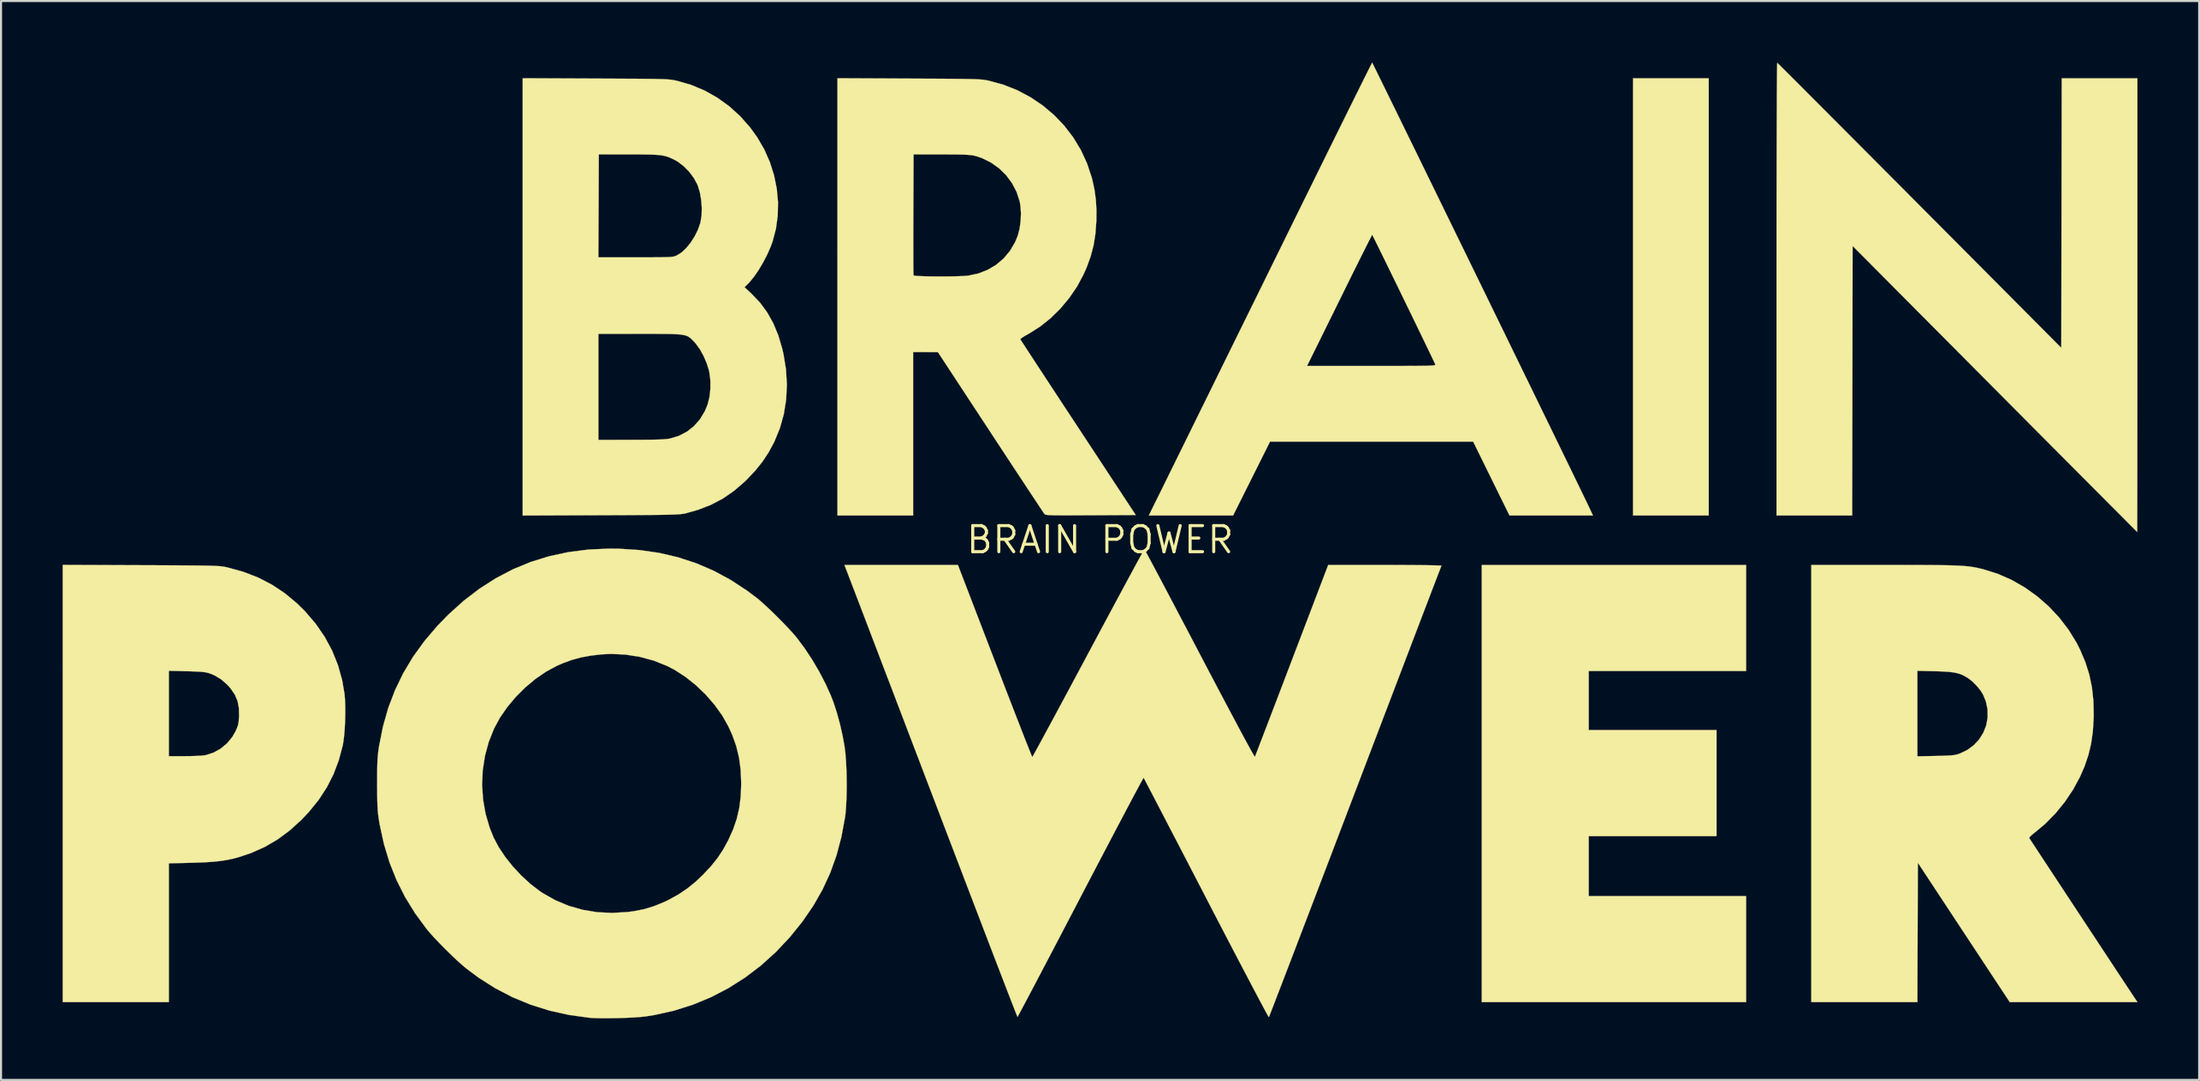
<source format=kicad_pcb>
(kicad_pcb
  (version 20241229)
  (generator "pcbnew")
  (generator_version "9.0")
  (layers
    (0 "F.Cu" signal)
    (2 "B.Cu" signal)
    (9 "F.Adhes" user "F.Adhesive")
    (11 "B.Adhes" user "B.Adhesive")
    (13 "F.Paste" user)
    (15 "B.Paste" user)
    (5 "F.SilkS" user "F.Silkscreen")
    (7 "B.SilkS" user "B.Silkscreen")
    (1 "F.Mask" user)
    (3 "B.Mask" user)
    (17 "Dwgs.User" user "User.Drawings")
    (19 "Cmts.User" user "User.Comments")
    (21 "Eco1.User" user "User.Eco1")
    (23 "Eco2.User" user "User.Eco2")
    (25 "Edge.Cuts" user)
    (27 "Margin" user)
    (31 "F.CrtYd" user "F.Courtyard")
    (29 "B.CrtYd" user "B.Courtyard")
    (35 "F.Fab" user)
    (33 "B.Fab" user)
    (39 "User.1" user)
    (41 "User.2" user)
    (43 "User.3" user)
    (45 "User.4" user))
  (footprint "BRAIN POWER"
    (layer "F.Cu")
    (at 50.509 23.245)
    (property "Reference" "BRAIN POWER" (at 0 0 0) (layer "F.SilkS") (effects (font (size 1.27 1.27) (thickness 0.15))))
    (attr through_hole)
    (fp_poly (pts (xy 29.633 -1.185) (xy 25.95 -1.185) (xy 25.95 -22.479) (xy 29.633 -22.479) (xy 29.633 -1.185)) (stroke (width 0.01) (type solid)) (fill yes) (layer "F.SilkS"))
    (fp_poly (pts (xy 31.454 6.392) (xy 23.791 6.392) (xy 23.791 9.271) (xy 30.014 9.271) (xy 30.014 14.436) (xy 23.791 14.436) (xy 23.791 17.357) (xy 31.454 17.357) (xy 31.454 22.521) (xy 18.584 22.521) (xy 18.584 1.228) (xy 31.454 1.228) (xy 31.454 6.392)) (stroke (width 0.01) (type solid)) (fill yes) (layer "F.SilkS"))
    (fp_poly (pts (xy 33.003 -23.203) (xy 33.093 -23.115) (xy 33.237 -22.972) (xy 33.433 -22.777) (xy 33.677 -22.532) (xy 33.969 -22.241) (xy 34.304 -21.905) (xy 34.68 -21.528) (xy 35.095 -21.112) (xy 35.546 -20.66) (xy 36.03 -20.175) (xy 36.545 -19.658) (xy 37.087 -19.113) (xy 37.655 -18.543) (xy 38.245 -17.95) (xy 38.856 -17.337) (xy 39.483 -16.706) (xy 39.902 -16.284) (xy 46.8 -9.349) (xy 46.81 -15.914) (xy 46.821 -22.479) (xy 50.504 -22.479) (xy 50.504 -11.43) (xy 50.504 -10.469) (xy 50.504 -9.53) (xy 50.503 -8.617) (xy 50.503 -7.733) (xy 50.503 -6.882) (xy 50.502 -6.068) (xy 50.502 -5.293) (xy 50.501 -4.562) (xy 50.501 -3.878) (xy 50.5 -3.244) (xy 50.5 -2.664) (xy 50.499 -2.141) (xy 50.498 -1.68) (xy 50.497 -1.283) (xy 50.496 -0.953) (xy 50.496 -0.695) (xy 50.495 -0.512) (xy 50.494 -0.408) (xy 50.493 -0.383) (xy 50.463 -0.413) (xy 50.375 -0.5) (xy 50.233 -0.642) (xy 50.04 -0.836) (xy 49.797 -1.08) (xy 49.508 -1.371) (xy 49.174 -1.705) (xy 48.8 -2.082) (xy 48.387 -2.497) (xy 47.938 -2.948) (xy 47.455 -3.433) (xy 46.942 -3.95) (xy 46.4 -4.494) (xy 45.833 -5.064) (xy 45.243 -5.658) (xy 44.633 -6.272) (xy 44.005 -6.903) (xy 43.561 -7.35) (xy 36.639 -14.315) (xy 36.629 -7.75) (xy 36.618 -1.185) (xy 32.935 -1.185) (xy 32.935 -12.217) (xy 32.935 -13.177) (xy 32.936 -14.115) (xy 32.936 -15.027) (xy 32.937 -15.909) (xy 32.938 -16.759) (xy 32.94 -17.572) (xy 32.941 -18.345) (xy 32.943 -19.075) (xy 32.945 -19.757) (xy 32.947 -20.39) (xy 32.949 -20.968) (xy 32.951 -21.489) (xy 32.954 -21.949) (xy 32.957 -22.344) (xy 32.959 -22.672) (xy 32.962 -22.927) (xy 32.965 -23.108) (xy 32.968 -23.211) (xy 32.97 -23.234) (xy 33.003 -23.203)) (stroke (width 0.01) (type solid)) (fill yes) (layer "F.SilkS"))
    (fp_poly (pts (xy -46.704 1.239) (xy -46.051 1.241) (xy -45.476 1.244) (xy -44.974 1.246) (xy -44.54 1.249) (xy -44.167 1.252) (xy -43.851 1.255) (xy -43.585 1.259) (xy -43.363 1.263) (xy -43.18 1.269) (xy -43.029 1.275) (xy -42.906 1.283) (xy -42.805 1.292) (xy -42.719 1.303) (xy -42.643 1.315) (xy -42.572 1.329) (xy -42.499 1.345) (xy -42.481 1.349) (xy -41.713 1.56) (xy -40.996 1.838) (xy -40.325 2.184) (xy -39.695 2.602) (xy -39.102 3.095) (xy -38.702 3.491) (xy -38.187 4.093) (xy -37.749 4.73) (xy -37.388 5.401) (xy -37.105 6.105) (xy -36.9 6.841) (xy -36.786 7.505) (xy -36.762 7.784) (xy -36.75 8.119) (xy -36.749 8.488) (xy -36.759 8.87) (xy -36.779 9.243) (xy -36.809 9.586) (xy -36.847 9.878) (xy -36.871 10.012) (xy -37.064 10.737) (xy -37.321 11.418) (xy -37.647 12.06) (xy -38.046 12.672) (xy -38.522 13.26) (xy -38.888 13.646) (xy -39.455 14.162) (xy -40.047 14.599) (xy -40.672 14.964) (xy -41.34 15.261) (xy -41.96 15.468) (xy -42.24 15.542) (xy -42.527 15.601) (xy -42.834 15.648) (xy -43.176 15.684) (xy -43.567 15.71) (xy -44.021 15.729) (xy -44.27 15.735) (xy -45.339 15.761) (xy -45.339 22.521) (xy -50.504 22.521) (xy -50.504 10.541) (xy -45.339 10.541) (xy -44.558 10.541) (xy -44.291 10.538) (xy -44.037 10.531) (xy -43.815 10.521) (xy -43.643 10.507) (xy -43.553 10.494) (xy -43.17 10.372) (xy -42.818 10.177) (xy -42.506 9.918) (xy -42.247 9.603) (xy -42.093 9.334) (xy -42.018 9.165) (xy -41.969 9.024) (xy -41.941 8.879) (xy -41.925 8.696) (xy -41.919 8.597) (xy -41.926 8.204) (xy -41.992 7.859) (xy -42.124 7.546) (xy -42.328 7.247) (xy -42.473 7.081) (xy -42.784 6.804) (xy -43.127 6.599) (xy -43.332 6.515) (xy -43.43 6.484) (xy -43.536 6.459) (xy -43.664 6.441) (xy -43.827 6.427) (xy -44.04 6.416) (xy -44.317 6.407) (xy -44.461 6.403) (xy -45.339 6.381) (xy -45.339 10.541) (xy -50.504 10.541) (xy -50.504 1.224) (xy -46.704 1.239)) (stroke (width 0.01) (type solid)) (fill yes) (layer "F.SilkS"))
    (fp_poly (pts (xy 38.882 1.228) (xy 39.475 1.228) (xy 39.996 1.23) (xy 40.45 1.232) (xy 40.845 1.236) (xy 41.186 1.241) (xy 41.48 1.248) (xy 41.732 1.257) (xy 41.95 1.269) (xy 42.138 1.283) (xy 42.304 1.3) (xy 42.454 1.321) (xy 42.593 1.345) (xy 42.728 1.372) (xy 42.866 1.404) (xy 43.011 1.44) (xy 43.021 1.443) (xy 43.711 1.66) (xy 44.38 1.955) (xy 45.02 2.321) (xy 45.625 2.753) (xy 46.186 3.244) (xy 46.698 3.789) (xy 47.152 4.381) (xy 47.541 5.014) (xy 47.709 5.344) (xy 47.967 5.952) (xy 48.16 6.56) (xy 48.29 7.182) (xy 48.362 7.836) (xy 48.378 8.538) (xy 48.375 8.678) (xy 48.336 9.329) (xy 48.252 9.925) (xy 48.118 10.489) (xy 47.93 11.042) (xy 47.71 11.547) (xy 47.373 12.17) (xy 46.971 12.769) (xy 46.517 13.327) (xy 46.022 13.832) (xy 45.532 14.242) (xy 45.374 14.368) (xy 45.274 14.465) (xy 45.238 14.525) (xy 45.24 14.534) (xy 45.269 14.577) (xy 45.34 14.686) (xy 45.45 14.854) (xy 45.596 15.076) (xy 45.773 15.346) (xy 45.979 15.659) (xy 46.209 16.009) (xy 46.46 16.39) (xy 46.728 16.797) (xy 47.009 17.224) (xy 47.3 17.665) (xy 47.596 18.116) (xy 47.895 18.569) (xy 48.193 19.021) (xy 48.485 19.464) (xy 48.768 19.894) (xy 49.039 20.305) (xy 49.293 20.69) (xy 49.527 21.046) (xy 49.738 21.365) (xy 49.921 21.643) (xy 50.074 21.873) (xy 50.191 22.051) (xy 50.27 22.17) (xy 50.3 22.214) (xy 50.506 22.521) (xy 44.29 22.521) (xy 42.052 19.126) (xy 39.815 15.73) (xy 39.804 19.126) (xy 39.793 22.521) (xy 34.629 22.521) (xy 34.629 10.549) (xy 39.793 10.549) (xy 40.693 10.531) (xy 41.002 10.524) (xy 41.241 10.515) (xy 41.424 10.505) (xy 41.563 10.49) (xy 41.674 10.471) (xy 41.77 10.445) (xy 41.843 10.421) (xy 42.219 10.242) (xy 42.541 10.004) (xy 42.805 9.718) (xy 43.007 9.393) (xy 43.145 9.037) (xy 43.214 8.66) (xy 43.21 8.272) (xy 43.13 7.882) (xy 42.992 7.541) (xy 42.859 7.329) (xy 42.676 7.107) (xy 42.468 6.901) (xy 42.261 6.739) (xy 42.248 6.731) (xy 42.087 6.635) (xy 41.929 6.56) (xy 41.759 6.504) (xy 41.564 6.463) (xy 41.329 6.435) (xy 41.039 6.416) (xy 40.679 6.403) (xy 40.651 6.403) (xy 39.793 6.382) (xy 39.793 10.549) (xy 34.629 10.549) (xy 34.629 1.228) (xy 38.211 1.228) (xy 38.882 1.228)) (stroke (width 0.01) (type solid)) (fill yes) (layer "F.SilkS"))
    (fp_poly (pts (xy 13.268 -23.203) (xy 13.323 -23.093) (xy 13.411 -22.914) (xy 13.531 -22.67) (xy 13.681 -22.365) (xy 13.859 -22.002) (xy 14.063 -21.585) (xy 14.292 -21.118) (xy 14.544 -20.603) (xy 14.816 -20.046) (xy 15.108 -19.45) (xy 15.417 -18.818) (xy 15.741 -18.154) (xy 16.079 -17.461) (xy 16.429 -16.745) (xy 16.789 -16.007) (xy 17.158 -15.251) (xy 17.533 -14.483) (xy 17.913 -13.704) (xy 18.296 -12.919) (xy 18.68 -12.132) (xy 19.063 -11.345) (xy 19.444 -10.564) (xy 19.821 -9.791) (xy 20.191 -9.03) (xy 20.554 -8.285) (xy 20.908 -7.56) (xy 21.249 -6.858) (xy 21.578 -6.182) (xy 21.892 -5.538) (xy 22.189 -4.927) (xy 22.467 -4.355) (xy 22.725 -3.824) (xy 22.961 -3.338) (xy 23.173 -2.901) (xy 23.359 -2.517) (xy 23.518 -2.19) (xy 23.647 -1.922) (xy 23.745 -1.718) (xy 23.811 -1.581) (xy 23.82 -1.561) (xy 23.997 -1.185) (xy 19.934 -1.185) (xy 18.165 -4.784) (xy 8.276 -4.784) (xy 6.477 -1.185) (xy 2.375 -1.185) (xy 3.444 -3.355) (xy 3.565 -3.6) (xy 3.72 -3.916) (xy 3.909 -4.299) (xy 4.128 -4.745) (xy 4.376 -5.248) (xy 4.65 -5.805) (xy 4.948 -6.411) (xy 5.268 -7.061) (xy 5.607 -7.752) (xy 5.959 -8.467) (xy 10.074 -8.467) (xy 13.212 -8.467) (xy 13.803 -8.467) (xy 14.314 -8.467) (xy 14.753 -8.468) (xy 15.123 -8.469) (xy 15.431 -8.471) (xy 15.682 -8.474) (xy 15.882 -8.477) (xy 16.037 -8.482) (xy 16.152 -8.488) (xy 16.232 -8.495) (xy 16.284 -8.503) (xy 16.312 -8.514) (xy 16.323 -8.526) (xy 16.322 -8.539) (xy 16.322 -8.541) (xy 16.295 -8.6) (xy 16.236 -8.727) (xy 16.147 -8.914) (xy 16.032 -9.155) (xy 15.893 -9.442) (xy 15.735 -9.77) (xy 15.561 -10.13) (xy 15.374 -10.517) (xy 15.177 -10.923) (xy 14.974 -11.342) (xy 14.767 -11.766) (xy 14.561 -12.19) (xy 14.359 -12.605) (xy 14.163 -13.006) (xy 13.978 -13.385) (xy 13.807 -13.735) (xy 13.652 -14.05) (xy 13.518 -14.323) (xy 13.407 -14.547) (xy 13.323 -14.716) (xy 13.27 -14.821) (xy 13.25 -14.857) (xy 13.228 -14.821) (xy 13.172 -14.714) (xy 13.084 -14.543) (xy 12.968 -14.313) (xy 12.827 -14.032) (xy 12.662 -13.703) (xy 12.479 -13.334) (xy 12.278 -12.931) (xy 12.064 -12.498) (xy 11.839 -12.043) (xy 11.835 -12.033) (xy 11.604 -11.566) (xy 11.381 -11.113) (xy 11.167 -10.68) (xy 10.968 -10.276) (xy 10.786 -9.907) (xy 10.625 -9.58) (xy 10.487 -9.302) (xy 10.377 -9.079) (xy 10.299 -8.92) (xy 10.258 -8.837) (xy 10.074 -8.467) (xy 5.959 -8.467) (xy 5.964 -8.477) (xy 6.336 -9.234) (xy 6.721 -10.017) (xy 7.117 -10.821) (xy 7.522 -11.643) (xy 7.932 -12.478) (xy 8.347 -13.322) (xy 8.763 -14.169) (xy 8.869 -14.383) (xy 9.269 -15.198) (xy 9.66 -15.992) (xy 10.04 -16.763) (xy 10.407 -17.508) (xy 10.759 -18.222) (xy 11.094 -18.902) (xy 11.412 -19.546) (xy 11.71 -20.149) (xy 11.986 -20.709) (xy 12.24 -21.222) (xy 12.469 -21.684) (xy 12.672 -22.093) (xy 12.847 -22.446) (xy 12.993 -22.738) (xy 13.107 -22.966) (xy 13.189 -23.128) (xy 13.236 -23.22) (xy 13.248 -23.24) (xy 13.268 -23.203)) (stroke (width 0.01) (type solid)) (fill yes) (layer "F.SilkS"))
    (fp_poly (pts (xy -9.303 -22.467) (xy -8.677 -22.464) (xy -8.13 -22.462) (xy -7.655 -22.459) (xy -7.247 -22.456) (xy -6.899 -22.452) (xy -6.605 -22.449) (xy -6.361 -22.444) (xy -6.158 -22.439) (xy -5.992 -22.432) (xy -5.855 -22.425) (xy -5.744 -22.416) (xy -5.65 -22.405) (xy -5.568 -22.393) (xy -5.492 -22.379) (xy -5.417 -22.363) (xy -5.414 -22.363) (xy -4.701 -22.166) (xy -4.022 -21.896) (xy -3.382 -21.556) (xy -2.786 -21.153) (xy -2.239 -20.691) (xy -1.745 -20.174) (xy -1.31 -19.606) (xy -0.939 -18.994) (xy -0.636 -18.341) (xy -0.407 -17.652) (xy -0.379 -17.546) (xy -0.271 -17.049) (xy -0.205 -16.56) (xy -0.176 -16.05) (xy -0.181 -15.537) (xy -0.225 -14.921) (xy -0.314 -14.355) (xy -0.455 -13.812) (xy -0.653 -13.268) (xy -0.81 -12.915) (xy -1.123 -12.333) (xy -1.501 -11.779) (xy -1.932 -11.263) (xy -2.407 -10.796) (xy -2.915 -10.389) (xy -3.445 -10.053) (xy -3.518 -10.014) (xy -3.68 -9.923) (xy -3.802 -9.844) (xy -3.871 -9.786) (xy -3.881 -9.764) (xy -3.856 -9.723) (xy -3.787 -9.616) (xy -3.677 -9.447) (xy -3.529 -9.22) (xy -3.346 -8.94) (xy -3.131 -8.611) (xy -2.887 -8.238) (xy -2.616 -7.825) (xy -2.321 -7.376) (xy -2.006 -6.896) (xy -1.673 -6.389) (xy -1.324 -5.859) (xy -1.062 -5.461) (xy 1.737 -1.206) (xy -0.454 -1.195) (xy -0.942 -1.193) (xy -1.351 -1.191) (xy -1.69 -1.19) (xy -1.966 -1.191) (xy -2.184 -1.193) (xy -2.353 -1.197) (xy -2.479 -1.202) (xy -2.569 -1.21) (xy -2.631 -1.22) (xy -2.671 -1.232) (xy -2.695 -1.247) (xy -2.71 -1.262) (xy -2.742 -1.307) (xy -2.817 -1.419) (xy -2.932 -1.592) (xy -3.084 -1.822) (xy -3.271 -2.104) (xy -3.489 -2.434) (xy -3.734 -2.806) (xy -4.005 -3.217) (xy -4.298 -3.662) (xy -4.609 -4.136) (xy -4.937 -4.634) (xy -5.277 -5.152) (xy -5.335 -5.241) (xy -7.895 -9.142) (xy -9.102 -9.144) (xy -9.102 -1.185) (xy -12.785 -1.185) (xy -12.785 -14.462) (xy -9.094 -14.462) (xy -9.094 -14.066) (xy -9.093 -13.714) (xy -9.092 -13.415) (xy -9.09 -13.176) (xy -9.087 -13.002) (xy -9.084 -12.902) (xy -9.082 -12.88) (xy -9.036 -12.865) (xy -8.917 -12.853) (xy -8.739 -12.843) (xy -8.512 -12.835) (xy -8.25 -12.83) (xy -7.965 -12.827) (xy -7.669 -12.827) (xy -7.374 -12.829) (xy -7.093 -12.833) (xy -6.838 -12.841) (xy -6.622 -12.851) (xy -6.455 -12.864) (xy -6.413 -12.868) (xy -5.922 -12.973) (xy -5.467 -13.152) (xy -5.055 -13.398) (xy -4.692 -13.709) (xy -4.383 -14.077) (xy -4.136 -14.499) (xy -4.007 -14.812) (xy -3.921 -15.139) (xy -3.868 -15.509) (xy -3.851 -15.891) (xy -3.873 -16.252) (xy -3.912 -16.481) (xy -4.063 -16.945) (xy -4.287 -17.375) (xy -4.576 -17.764) (xy -4.923 -18.102) (xy -5.319 -18.382) (xy -5.758 -18.597) (xy -6.054 -18.695) (xy -6.141 -18.717) (xy -6.239 -18.734) (xy -6.356 -18.747) (xy -6.504 -18.757) (xy -6.692 -18.764) (xy -6.932 -18.769) (xy -7.233 -18.771) (xy -7.605 -18.773) (xy -7.705 -18.773) (xy -9.081 -18.775) (xy -9.091 -15.854) (xy -9.093 -15.363) (xy -9.094 -14.897) (xy -9.094 -14.462) (xy -12.785 -14.462) (xy -12.785 -22.483) (xy -9.303 -22.467)) (stroke (width 0.01) (type solid)) (fill yes) (layer "F.SilkS"))
    (fp_poly (pts (xy -24.564 -22.468) (xy -23.934 -22.465) (xy -23.382 -22.463) (xy -22.903 -22.46) (xy -22.491 -22.458) (xy -22.14 -22.455) (xy -21.843 -22.451) (xy -21.595 -22.447) (xy -21.39 -22.442) (xy -21.221 -22.436) (xy -21.084 -22.429) (xy -20.971 -22.42) (xy -20.876 -22.41) (xy -20.795 -22.398) (xy -20.72 -22.384) (xy -20.646 -22.369) (xy -20.595 -22.357) (xy -19.908 -22.159) (xy -19.251 -21.883) (xy -18.63 -21.533) (xy -18.05 -21.114) (xy -17.515 -20.627) (xy -17.032 -20.078) (xy -16.692 -19.607) (xy -16.35 -19.017) (xy -16.076 -18.397) (xy -15.873 -17.755) (xy -15.741 -17.101) (xy -15.68 -16.443) (xy -15.694 -15.79) (xy -15.781 -15.151) (xy -15.944 -14.534) (xy -16.042 -14.266) (xy -16.21 -13.886) (xy -16.406 -13.509) (xy -16.618 -13.151) (xy -16.837 -12.831) (xy -17.05 -12.567) (xy -17.146 -12.466) (xy -17.312 -12.304) (xy -16.967 -11.983) (xy -16.557 -11.553) (xy -16.205 -11.075) (xy -15.909 -10.545) (xy -15.666 -9.956) (xy -15.473 -9.303) (xy -15.416 -9.058) (xy -15.293 -8.305) (xy -15.249 -7.56) (xy -15.284 -6.831) (xy -15.397 -6.122) (xy -15.588 -5.438) (xy -15.856 -4.784) (xy -15.872 -4.75) (xy -16.138 -4.258) (xy -16.438 -3.804) (xy -16.787 -3.369) (xy -17.198 -2.934) (xy -17.321 -2.815) (xy -17.833 -2.374) (xy -18.372 -2.005) (xy -18.949 -1.702) (xy -19.575 -1.459) (xy -20.193 -1.286) (xy -20.254 -1.273) (xy -20.323 -1.262) (xy -20.405 -1.252) (xy -20.507 -1.243) (xy -20.633 -1.235) (xy -20.79 -1.229) (xy -20.983 -1.223) (xy -21.217 -1.218) (xy -21.498 -1.214) (xy -21.832 -1.21) (xy -22.223 -1.207) (xy -22.679 -1.204) (xy -23.204 -1.201) (xy -23.804 -1.199) (xy -24.31 -1.197) (xy -28.109 -1.182) (xy -28.109 -4.868) (xy -24.426 -4.868) (xy -22.828 -4.869) (xy -22.38 -4.87) (xy -22.008 -4.873) (xy -21.704 -4.877) (xy -21.459 -4.884) (xy -21.264 -4.894) (xy -21.112 -4.906) (xy -20.993 -4.921) (xy -20.934 -4.932) (xy -20.503 -5.064) (xy -20.113 -5.268) (xy -19.77 -5.539) (xy -19.478 -5.872) (xy -19.243 -6.263) (xy -19.107 -6.592) (xy -19.016 -6.953) (xy -18.971 -7.354) (xy -18.972 -7.765) (xy -19.021 -8.154) (xy -19.044 -8.258) (xy -19.154 -8.609) (xy -19.303 -8.956) (xy -19.479 -9.274) (xy -19.67 -9.541) (xy -19.744 -9.624) (xy -19.829 -9.713) (xy -19.903 -9.788) (xy -19.975 -9.85) (xy -20.052 -9.901) (xy -20.143 -9.941) (xy -20.254 -9.972) (xy -20.393 -9.995) (xy -20.569 -10.011) (xy -20.788 -10.022) (xy -21.06 -10.028) (xy -21.391 -10.031) (xy -21.789 -10.032) (xy -22.263 -10.032) (xy -22.384 -10.032) (xy -24.426 -10.033) (xy -24.426 -4.868) (xy -28.109 -4.868) (xy -28.109 -13.758) (xy -24.427 -13.758) (xy -22.617 -13.759) (xy -22.178 -13.759) (xy -21.816 -13.759) (xy -21.522 -13.761) (xy -21.287 -13.763) (xy -21.104 -13.768) (xy -20.963 -13.774) (xy -20.857 -13.783) (xy -20.778 -13.794) (xy -20.716 -13.809) (xy -20.663 -13.828) (xy -20.612 -13.85) (xy -20.595 -13.858) (xy -20.372 -14) (xy -20.148 -14.21) (xy -19.934 -14.472) (xy -19.742 -14.772) (xy -19.582 -15.093) (xy -19.466 -15.419) (xy -19.453 -15.471) (xy -19.401 -15.792) (xy -19.39 -16.158) (xy -19.417 -16.539) (xy -19.481 -16.91) (xy -19.579 -17.24) (xy -19.608 -17.31) (xy -19.777 -17.624) (xy -20.004 -17.927) (xy -20.271 -18.198) (xy -20.557 -18.417) (xy -20.703 -18.501) (xy -20.842 -18.569) (xy -20.966 -18.625) (xy -21.088 -18.67) (xy -21.216 -18.704) (xy -21.362 -18.73) (xy -21.536 -18.749) (xy -21.749 -18.761) (xy -22.01 -18.768) (xy -22.33 -18.772) (xy -22.72 -18.774) (xy -22.924 -18.774) (xy -24.405 -18.775) (xy -24.416 -16.267) (xy -24.427 -13.758) (xy -28.109 -13.758) (xy -28.109 -22.483) (xy -24.564 -22.468)) (stroke (width 0.01) (type solid)) (fill yes) (layer "F.SilkS"))
    (fp_poly (pts (xy -23.413 0.436) (xy -22.418 0.501) (xy -21.462 0.64) (xy -20.544 0.854) (xy -19.659 1.144) (xy -18.805 1.512) (xy -17.98 1.958) (xy -17.18 2.484) (xy -16.679 2.862) (xy -16.485 3.026) (xy -16.25 3.24) (xy -15.988 3.488) (xy -15.715 3.756) (xy -15.443 4.031) (xy -15.189 4.297) (xy -14.966 4.539) (xy -14.79 4.744) (xy -14.758 4.784) (xy -14.382 5.288) (xy -14.017 5.841) (xy -13.676 6.421) (xy -13.371 7.007) (xy -13.113 7.576) (xy -12.981 7.916) (xy -12.814 8.427) (xy -12.661 8.989) (xy -12.531 9.57) (xy -12.439 10.081) (xy -12.4 10.403) (xy -12.37 10.787) (xy -12.349 11.214) (xy -12.338 11.666) (xy -12.337 12.122) (xy -12.346 12.564) (xy -12.365 12.973) (xy -12.394 13.33) (xy -12.418 13.525) (xy -12.594 14.474) (xy -12.832 15.371) (xy -13.137 16.223) (xy -13.512 17.039) (xy -13.961 17.826) (xy -14.487 18.593) (xy -15.094 19.347) (xy -15.098 19.351) (xy -15.783 20.081) (xy -16.513 20.74) (xy -17.287 21.329) (xy -18.1 21.844) (xy -18.951 22.286) (xy -19.837 22.652) (xy -20.754 22.941) (xy -21.702 23.151) (xy -22.14 23.22) (xy -22.373 23.245) (xy -22.669 23.267) (xy -23.009 23.284) (xy -23.374 23.297) (xy -23.745 23.305) (xy -24.103 23.308) (xy -24.428 23.305) (xy -24.703 23.295) (xy -24.861 23.284) (xy -25.853 23.148) (xy -26.809 22.935) (xy -27.73 22.645) (xy -28.615 22.279) (xy -29.465 21.836) (xy -30.28 21.315) (xy -30.86 20.881) (xy -31.076 20.699) (xy -31.33 20.469) (xy -31.608 20.206) (xy -31.893 19.926) (xy -32.171 19.643) (xy -32.427 19.373) (xy -32.645 19.13) (xy -32.782 18.965) (xy -33.348 18.196) (xy -33.836 17.404) (xy -34.25 16.583) (xy -34.592 15.725) (xy -34.865 14.825) (xy -35.072 13.876) (xy -35.124 13.56) (xy -35.148 13.384) (xy -35.166 13.189) (xy -35.18 12.96) (xy -35.189 12.687) (xy -35.194 12.356) (xy -35.196 11.956) (xy -35.196 11.942) (xy -30.087 11.942) (xy -30.041 12.651) (xy -29.918 13.351) (xy -29.717 14.033) (xy -29.524 14.51) (xy -29.277 14.977) (xy -28.961 15.45) (xy -28.59 15.916) (xy -28.177 16.359) (xy -27.737 16.763) (xy -27.281 17.114) (xy -27.136 17.211) (xy -26.52 17.56) (xy -25.87 17.832) (xy -25.192 18.026) (xy -24.487 18.142) (xy -23.76 18.178) (xy -23.015 18.135) (xy -22.711 18.095) (xy -22.207 17.996) (xy -21.726 17.851) (xy -21.237 17.652) (xy -21.018 17.548) (xy -20.54 17.286) (xy -20.103 16.993) (xy -19.684 16.652) (xy -19.322 16.309) (xy -18.944 15.904) (xy -18.627 15.508) (xy -18.354 15.097) (xy -18.108 14.647) (xy -18.097 14.626) (xy -17.862 14.102) (xy -17.687 13.589) (xy -17.566 13.067) (xy -17.496 12.514) (xy -17.472 11.91) (xy -17.472 11.853) (xy -17.497 11.213) (xy -17.575 10.621) (xy -17.711 10.058) (xy -17.909 9.503) (xy -18.102 9.079) (xy -18.403 8.548) (xy -18.775 8.031) (xy -19.204 7.538) (xy -19.677 7.084) (xy -20.183 6.68) (xy -20.707 6.34) (xy -21.084 6.143) (xy -21.731 5.886) (xy -22.41 5.702) (xy -23.108 5.592) (xy -23.808 5.559) (xy -24.293 5.583) (xy -24.819 5.646) (xy -25.289 5.734) (xy -25.728 5.855) (xy -26.163 6.016) (xy -26.456 6.144) (xy -26.979 6.427) (xy -27.495 6.782) (xy -27.989 7.196) (xy -28.45 7.657) (xy -28.865 8.153) (xy -29.221 8.671) (xy -29.502 9.189) (xy -29.764 9.846) (xy -29.949 10.53) (xy -30.057 11.232) (xy -30.087 11.942) (xy -35.196 11.942) (xy -35.196 11.874) (xy -35.195 11.495) (xy -35.193 11.186) (xy -35.187 10.932) (xy -35.178 10.718) (xy -35.164 10.53) (xy -35.146 10.352) (xy -35.121 10.17) (xy -35.103 10.054) (xy -34.915 9.104) (xy -34.658 8.198) (xy -34.329 7.332) (xy -33.927 6.501) (xy -33.45 5.703) (xy -32.895 4.934) (xy -32.261 4.191) (xy -31.724 3.639) (xy -30.98 2.969) (xy -30.208 2.378) (xy -29.407 1.867) (xy -28.576 1.433) (xy -27.713 1.078) (xy -26.817 0.801) (xy -25.887 0.601) (xy -24.923 0.478) (xy -23.922 0.431) (xy -23.413 0.436)) (stroke (width 0.01) (type solid)) (fill yes) (layer "F.SilkS"))
    (fp_poly (pts (xy 2.18 0.502) (xy 2.24 0.61) (xy 2.334 0.784) (xy 2.46 1.02) (xy 2.617 1.314) (xy 2.801 1.661) (xy 3.011 2.057) (xy 3.244 2.499) (xy 3.498 2.98) (xy 3.77 3.498) (xy 4.059 4.048) (xy 4.363 4.625) (xy 4.678 5.226) (xy 4.846 5.548) (xy 5.208 6.238) (xy 5.55 6.889) (xy 5.871 7.497) (xy 6.168 8.059) (xy 6.441 8.573) (xy 6.687 9.035) (xy 6.905 9.443) (xy 7.094 9.793) (xy 7.252 10.082) (xy 7.376 10.308) (xy 7.467 10.467) (xy 7.521 10.556) (xy 7.537 10.575) (xy 7.556 10.529) (xy 7.603 10.409) (xy 7.676 10.22) (xy 7.773 9.966) (xy 7.894 9.653) (xy 8.034 9.286) (xy 8.194 8.87) (xy 8.37 8.409) (xy 8.561 7.909) (xy 8.765 7.374) (xy 8.981 6.81) (xy 9.205 6.221) (xy 9.337 5.874) (xy 11.108 1.228) (xy 13.875 1.228) (xy 14.35 1.228) (xy 14.798 1.23) (xy 15.213 1.232) (xy 15.588 1.235) (xy 15.915 1.239) (xy 16.189 1.244) (xy 16.401 1.249) (xy 16.545 1.255) (xy 16.615 1.261) (xy 16.62 1.263) (xy 16.603 1.305) (xy 16.558 1.423) (xy 16.484 1.614) (xy 16.384 1.875) (xy 16.259 2.201) (xy 16.11 2.591) (xy 15.939 3.041) (xy 15.745 3.547) (xy 15.531 4.107) (xy 15.298 4.718) (xy 15.048 5.375) (xy 14.78 6.077) (xy 14.497 6.819) (xy 14.2 7.599) (xy 13.889 8.413) (xy 13.567 9.259) (xy 13.234 10.132) (xy 12.892 11.03) (xy 12.542 11.95) (xy 12.424 12.259) (xy 12.071 13.186) (xy 11.726 14.091) (xy 11.39 14.973) (xy 11.064 15.828) (xy 10.749 16.653) (xy 10.447 17.445) (xy 10.159 18.2) (xy 9.885 18.915) (xy 9.628 19.587) (xy 9.389 20.214) (xy 9.168 20.79) (xy 8.967 21.315) (xy 8.787 21.783) (xy 8.63 22.193) (xy 8.496 22.541) (xy 8.387 22.823) (xy 8.304 23.037) (xy 8.248 23.179) (xy 8.221 23.247) (xy 8.218 23.252) (xy 8.196 23.219) (xy 8.136 23.114) (xy 8.042 22.942) (xy 7.916 22.707) (xy 7.759 22.413) (xy 7.574 22.064) (xy 7.363 21.664) (xy 7.127 21.216) (xy 6.87 20.726) (xy 6.593 20.196) (xy 6.298 19.631) (xy 5.988 19.035) (xy 5.664 18.412) (xy 5.329 17.766) (xy 5.167 17.452) (xy 4.827 16.796) (xy 4.497 16.16) (xy 4.18 15.548) (xy 3.878 14.965) (xy 3.592 14.415) (xy 3.325 13.901) (xy 3.08 13.428) (xy 2.857 13) (xy 2.66 12.621) (xy 2.49 12.295) (xy 2.35 12.026) (xy 2.241 11.818) (xy 2.166 11.675) (xy 2.127 11.601) (xy 2.121 11.592) (xy 2.099 11.626) (xy 2.04 11.73) (xy 1.946 11.902) (xy 1.82 12.137) (xy 1.662 12.431) (xy 1.477 12.78) (xy 1.265 13.181) (xy 1.029 13.628) (xy 0.77 14.118) (xy 0.492 14.648) (xy 0.196 15.212) (xy -0.116 15.808) (xy -0.442 16.43) (xy -0.779 17.076) (xy -0.949 17.402) (xy -1.291 18.058) (xy -1.623 18.693) (xy -1.942 19.304) (xy -2.247 19.886) (xy -2.534 20.434) (xy -2.803 20.946) (xy -3.05 21.418) (xy -3.274 21.844) (xy -3.473 22.221) (xy -3.645 22.545) (xy -3.787 22.813) (xy -3.897 23.019) (xy -3.974 23.16) (xy -4.014 23.232) (xy -4.02 23.241) (xy -4.037 23.202) (xy -4.083 23.087) (xy -4.157 22.899) (xy -4.257 22.642) (xy -4.382 22.319) (xy -4.532 21.932) (xy -4.704 21.485) (xy -4.898 20.982) (xy -5.112 20.425) (xy -5.345 19.817) (xy -5.596 19.163) (xy -5.863 18.464) (xy -6.146 17.725) (xy -6.443 16.948) (xy -6.753 16.137) (xy -7.075 15.294) (xy -7.408 14.424) (xy -7.749 13.529) (xy -8.099 12.612) (xy -8.19 12.372) (xy -8.543 11.448) (xy -8.887 10.545) (xy -9.223 9.664) (xy -9.549 8.81) (xy -9.863 7.985) (xy -10.165 7.193) (xy -10.454 6.438) (xy -10.727 5.721) (xy -10.984 5.048) (xy -11.224 4.42) (xy -11.444 3.841) (xy -11.645 3.315) (xy -11.825 2.844) (xy -11.982 2.433) (xy -12.116 2.083) (xy -12.225 1.799) (xy -12.307 1.583) (xy -12.362 1.439) (xy -12.389 1.37) (xy -12.391 1.365) (xy -12.447 1.228) (xy -9.684 1.228) (xy -6.921 1.228) (xy -5.125 5.906) (xy -4.894 6.507) (xy -4.672 7.086) (xy -4.459 7.637) (xy -4.258 8.156) (xy -4.071 8.638) (xy -3.899 9.079) (xy -3.746 9.472) (xy -3.612 9.814) (xy -3.499 10.099) (xy -3.41 10.323) (xy -3.346 10.481) (xy -3.309 10.567) (xy -3.3 10.583) (xy -3.277 10.547) (xy -3.217 10.44) (xy -3.121 10.266) (xy -2.992 10.031) (xy -2.833 9.739) (xy -2.646 9.393) (xy -2.433 8.998) (xy -2.196 8.559) (xy -1.938 8.079) (xy -1.661 7.563) (xy -1.367 7.016) (xy -1.06 6.441) (xy -0.74 5.843) (xy -0.57 5.524) (xy -0.245 4.916) (xy 0.069 4.329) (xy 0.371 3.766) (xy 0.656 3.234) (xy 0.924 2.735) (xy 1.172 2.274) (xy 1.398 1.855) (xy 1.598 1.484) (xy 1.772 1.163) (xy 1.917 0.897) (xy 2.029 0.691) (xy 2.108 0.549) (xy 2.151 0.476) (xy 2.158 0.466) (xy 2.18 0.502)) (stroke (width 0.01) (type solid)) (fill yes) (layer "F.SilkS")))
  (gr_rect
    (start -3 -3)
    (end 104.02 49.558)
    (stroke (width 0.1) (type default))
    (fill no)
    (layer "Edge.Cuts")))
</source>
